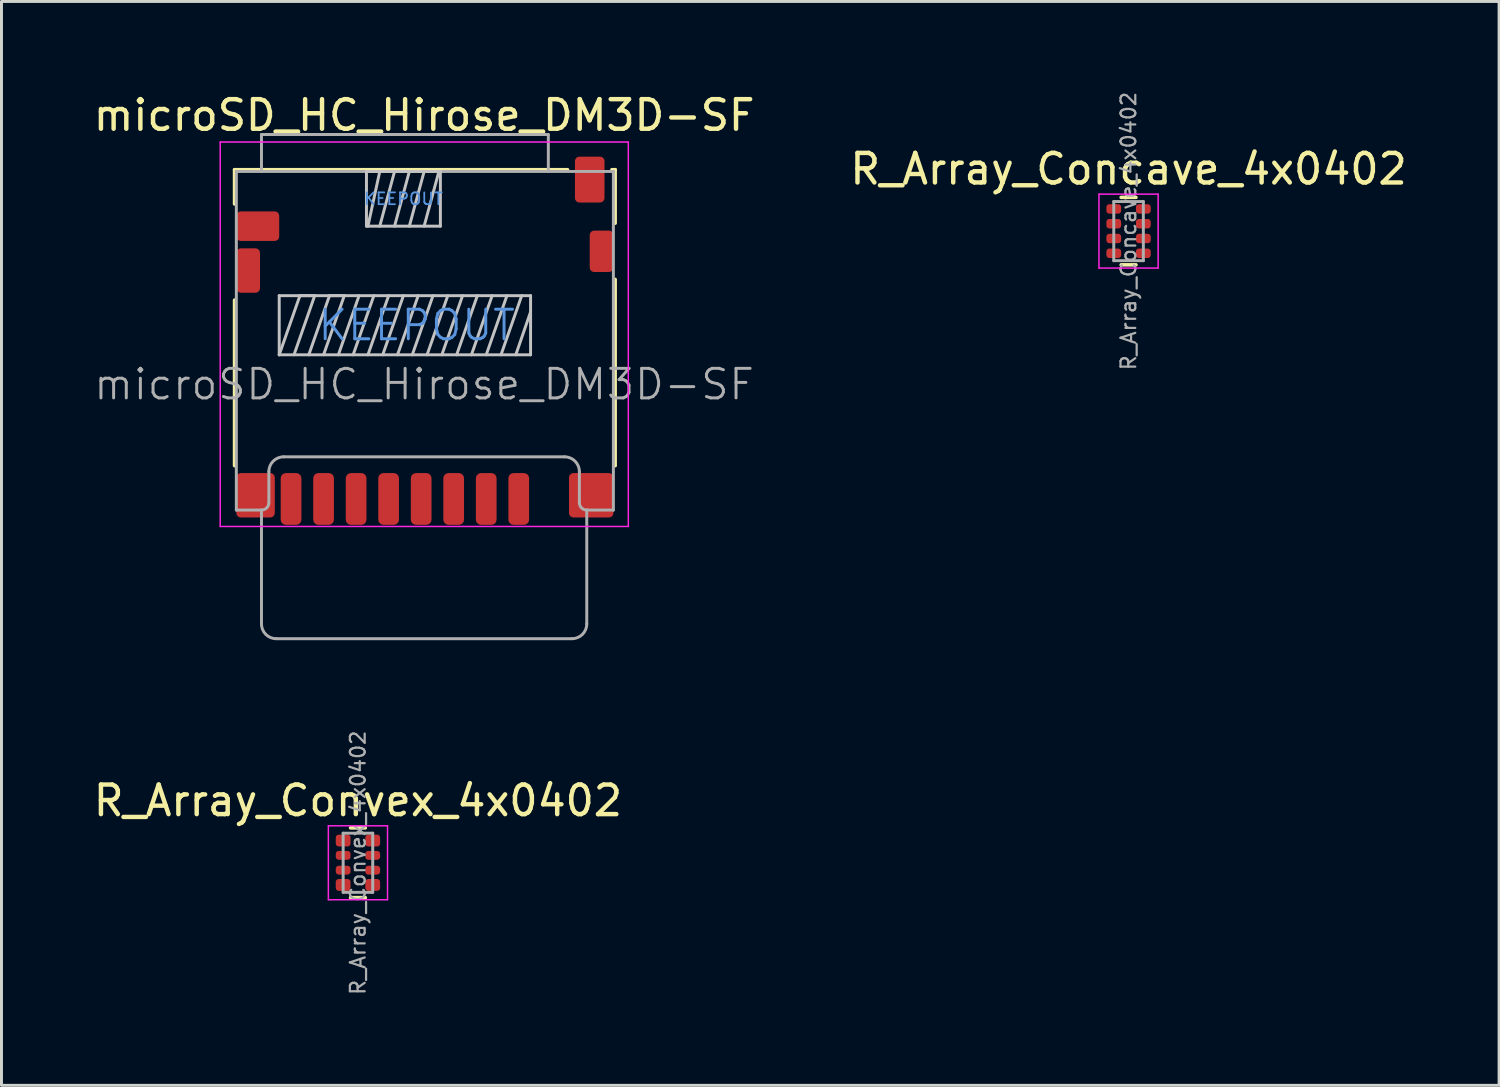
<source format=kicad_pcb>
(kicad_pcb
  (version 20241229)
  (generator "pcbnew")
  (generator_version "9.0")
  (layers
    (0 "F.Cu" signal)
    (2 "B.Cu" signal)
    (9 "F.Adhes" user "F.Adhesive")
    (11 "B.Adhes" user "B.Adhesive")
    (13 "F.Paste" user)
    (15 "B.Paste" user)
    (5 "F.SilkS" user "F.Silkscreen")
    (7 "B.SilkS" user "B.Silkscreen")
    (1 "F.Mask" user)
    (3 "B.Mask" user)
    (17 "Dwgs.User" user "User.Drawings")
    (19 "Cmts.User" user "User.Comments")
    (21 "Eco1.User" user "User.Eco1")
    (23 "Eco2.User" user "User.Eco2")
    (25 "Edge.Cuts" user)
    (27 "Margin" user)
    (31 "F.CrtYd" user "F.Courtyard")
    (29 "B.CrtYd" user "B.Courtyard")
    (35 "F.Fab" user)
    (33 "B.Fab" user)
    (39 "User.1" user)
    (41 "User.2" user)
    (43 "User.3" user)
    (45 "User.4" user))
  (footprint "R_Array_Convex_4x0402"
    (layer "F.Cu")
    (at 9.054 26.125)
    (property "Reference" "R_Array_Convex_4x0402" (at 0 -2.1 0) (layer "F.SilkS") (effects (font (size 1 1) (thickness 0.15))))
    (attr smd)
    (fp_line (start 0.25 -1.18) (end -0.25 -1.18) (stroke (width 0.12) (type solid)) (layer "F.SilkS"))
    (fp_line (start 0.25 1.18) (end -0.25 1.18) (stroke (width 0.12) (type solid)) (layer "F.SilkS"))
    (fp_line (start -1 -1.25) (end -1 1.25) (stroke (width 0.05) (type solid)) (layer "F.CrtYd"))
    (fp_line (start -1 -1.25) (end 1 -1.25) (stroke (width 0.05) (type solid)) (layer "F.CrtYd"))
    (fp_line (start 1 1.25) (end -1 1.25) (stroke (width 0.05) (type solid)) (layer "F.CrtYd"))
    (fp_line (start 1 1.25) (end 1 -1.25) (stroke (width 0.05) (type solid)) (layer "F.CrtYd"))
    (fp_line (start -0.5 -1) (end 0.5 -1) (stroke (width 0.1) (type solid)) (layer "F.Fab"))
    (fp_line (start -0.5 1) (end -0.5 -1) (stroke (width 0.1) (type solid)) (layer "F.Fab"))
    (fp_line (start 0.5 -1) (end 0.5 1) (stroke (width 0.1) (type solid)) (layer "F.Fab"))
    (fp_line (start 0.5 1) (end -0.5 1) (stroke (width 0.1) (type solid)) (layer "F.Fab"))
    (fp_text user "${REFERENCE}" (at 0 0 90) (layer "F.Fab") (effects (font (size 0.5 0.5) (thickness 0.075))))
    (pad "1" smd roundrect (at -0.5 -0.75) (size 0.5 0.4) (layers "F.Cu" "F.Mask" "F.Paste") (roundrect_rratio 0.25))
    (pad "2" smd roundrect (at -0.5 -0.25) (size 0.5 0.3) (layers "F.Cu" "F.Mask" "F.Paste") (roundrect_rratio 0.333))
    (pad "3" smd roundrect (at -0.5 0.25) (size 0.5 0.3) (layers "F.Cu" "F.Mask" "F.Paste") (roundrect_rratio 0.333))
    (pad "4" smd roundrect (at -0.5 0.75) (size 0.5 0.4) (layers "F.Cu" "F.Mask" "F.Paste") (roundrect_rratio 0.25))
    (pad "5" smd roundrect (at 0.5 0.75) (size 0.5 0.4) (layers "F.Cu" "F.Mask" "F.Paste") (roundrect_rratio 0.25))
    (pad "6" smd roundrect (at 0.5 0.25) (size 0.5 0.3) (layers "F.Cu" "F.Mask" "F.Paste") (roundrect_rratio 0.333))
    (pad "7" smd roundrect (at 0.5 -0.25) (size 0.5 0.3) (layers "F.Cu" "F.Mask" "F.Paste") (roundrect_rratio 0.333))
    (pad "8" smd roundrect (at 0.5 -0.75) (size 0.5 0.4) (layers "F.Cu" "F.Mask" "F.Paste") (roundrect_rratio 0.25)))
  (footprint "microSD_HC_Hirose_DM3D-SF"
    (layer "F.Cu")
    (at 11.317 8.473)
    (property "Reference" "microSD_HC_Hirose_DM3D-SF" (at -0.025 -7.625 0) (layer "F.SilkS") (effects (font (size 1 1) (thickness 0.15))))
    (attr smd)
    (fp_line (start -6.435 -5.785) (end 4.825 -5.785) (stroke (width 0.12) (type solid)) (layer "F.SilkS"))
    (fp_line (start -6.435 -4.625) (end -6.435 -5.785) (stroke (width 0.12) (type solid)) (layer "F.SilkS"))
    (fp_line (start -6.435 -1.375) (end -6.435 4.225) (stroke (width 0.12) (type solid)) (layer "F.SilkS"))
    (fp_line (start 6.325 -5.785) (end 6.435 -5.785) (stroke (width 0.12) (type solid)) (layer "F.SilkS"))
    (fp_line (start 6.435 -5.785) (end 6.435 -3.975) (stroke (width 0.12) (type solid)) (layer "F.SilkS"))
    (fp_line (start 6.435 -2.075) (end 6.435 4.225) (stroke (width 0.12) (type solid)) (layer "F.SilkS"))
    (fp_line (start -4.925 -1.525) (end -4.925 0.475) (stroke (width 0.1) (type solid)) (layer "Dwgs.User"))
    (fp_line (start -4.925 -1.525) (end 3.575 -1.525) (stroke (width 0.1) (type solid)) (layer "Dwgs.User"))
    (fp_line (start -4.925 0.475) (end -4.225 -1.525) (stroke (width 0.1) (type solid)) (layer "Dwgs.User"))
    (fp_line (start -4.925 0.475) (end 3.575 0.475) (stroke (width 0.1) (type solid)) (layer "Dwgs.User"))
    (fp_line (start -4.425 0.475) (end -3.725 -1.525) (stroke (width 0.1) (type solid)) (layer "Dwgs.User"))
    (fp_line (start -4.225 -1.525) (end -3.725 -1.525) (stroke (width 0.1) (type solid)) (layer "Dwgs.User"))
    (fp_line (start -3.925 0.475) (end -3.225 -1.525) (stroke (width 0.1) (type solid)) (layer "Dwgs.User"))
    (fp_line (start -3.425 0.475) (end -2.725 -1.525) (stroke (width 0.1) (type solid)) (layer "Dwgs.User"))
    (fp_line (start -3.225 -1.525) (end -2.725 -1.525) (stroke (width 0.1) (type solid)) (layer "Dwgs.User"))
    (fp_line (start -2.925 0.475) (end -2.225 -1.525) (stroke (width 0.1) (type solid)) (layer "Dwgs.User"))
    (fp_line (start -2.425 0.475) (end -1.725 -1.525) (stroke (width 0.1) (type solid)) (layer "Dwgs.User"))
    (fp_line (start -1.975 -5.725) (end -1.975 -3.875) (stroke (width 0.1) (type solid)) (layer "Dwgs.User"))
    (fp_line (start -1.925 -3.875) (end -1.525 -5.725) (stroke (width 0.1) (type solid)) (layer "Dwgs.User"))
    (fp_line (start -1.925 0.475) (end -1.225 -1.525) (stroke (width 0.1) (type solid)) (layer "Dwgs.User"))
    (fp_line (start -1.425 0.475) (end -0.725 -1.525) (stroke (width 0.1) (type solid)) (layer "Dwgs.User"))
    (fp_line (start -1.025 -5.725) (end -1.525 -3.875) (stroke (width 0.1) (type solid)) (layer "Dwgs.User"))
    (fp_line (start -1.025 -3.875) (end -0.525 -5.725) (stroke (width 0.1) (type solid)) (layer "Dwgs.User"))
    (fp_line (start -0.925 0.475) (end -0.225 -1.525) (stroke (width 0.1) (type solid)) (layer "Dwgs.User"))
    (fp_line (start -0.425 0.475) (end 0.275 -1.525) (stroke (width 0.1) (type solid)) (layer "Dwgs.User"))
    (fp_line (start -0.025 -5.725) (end -0.525 -3.875) (stroke (width 0.1) (type solid)) (layer "Dwgs.User"))
    (fp_line (start -0.025 -3.875) (end 0.475 -5.725) (stroke (width 0.1) (type solid)) (layer "Dwgs.User"))
    (fp_line (start 0.075 0.475) (end 0.775 -1.525) (stroke (width 0.1) (type solid)) (layer "Dwgs.User"))
    (fp_line (start 0.525 -5.725) (end -1.975 -5.725) (stroke (width 0.1) (type solid)) (layer "Dwgs.User"))
    (fp_line (start 0.525 -3.875) (end -1.975 -3.875) (stroke (width 0.1) (type solid)) (layer "Dwgs.User"))
    (fp_line (start 0.525 -3.875) (end 0.525 -5.725) (stroke (width 0.1) (type solid)) (layer "Dwgs.User"))
    (fp_line (start 0.575 0.475) (end 1.275 -1.525) (stroke (width 0.1) (type solid)) (layer "Dwgs.User"))
    (fp_line (start 1.075 0.475) (end 1.775 -1.525) (stroke (width 0.1) (type solid)) (layer "Dwgs.User"))
    (fp_line (start 1.575 0.475) (end 2.275 -1.525) (stroke (width 0.1) (type solid)) (layer "Dwgs.User"))
    (fp_line (start 2.075 0.475) (end 2.775 -1.525) (stroke (width 0.1) (type solid)) (layer "Dwgs.User"))
    (fp_line (start 2.575 0.475) (end 3.275 -1.525) (stroke (width 0.1) (type solid)) (layer "Dwgs.User"))
    (fp_line (start 3.075 0.475) (end 3.575 -0.975) (stroke (width 0.1) (type solid)) (layer "Dwgs.User"))
    (fp_line (start 3.575 0.475) (end 3.575 -1.525) (stroke (width 0.1) (type solid)) (layer "Dwgs.User"))
    (fp_line (start -6.92 -6.72) (end 6.88 -6.72) (stroke (width 0.05) (type solid)) (layer "F.CrtYd"))
    (fp_line (start -6.92 6.28) (end -6.92 -6.72) (stroke (width 0.05) (type solid)) (layer "F.CrtYd"))
    (fp_line (start 6.88 -6.72) (end 6.88 6.28) (stroke (width 0.05) (type solid)) (layer "F.CrtYd"))
    (fp_line (start 6.88 6.28) (end -6.92 6.28) (stroke (width 0.05) (type solid)) (layer "F.CrtYd"))
    (fp_line (start -6.375 -5.725) (end 6.375 -5.725) (stroke (width 0.1) (type solid)) (layer "F.Fab"))
    (fp_line (start -6.375 5.725) (end -6.375 -5.725) (stroke (width 0.1) (type solid)) (layer "F.Fab"))
    (fp_line (start -6.375 5.725) (end -5.525 5.725) (stroke (width 0.1) (type solid)) (layer "F.Fab"))
    (fp_line (start -5.525 -6.975) (end 4.175 -6.975) (stroke (width 0.1) (type solid)) (layer "F.Fab"))
    (fp_line (start -5.525 -5.725) (end -5.525 -6.975) (stroke (width 0.1) (type solid)) (layer "F.Fab"))
    (fp_line (start -5.525 5.725) (end -5.525 9.575) (stroke (width 0.1) (type solid)) (layer "F.Fab"))
    (fp_line (start -5.275 5.475) (end -5.275 4.425) (stroke (width 0.1) (type solid)) (layer "F.Fab"))
    (fp_line (start -5.025 10.075) (end 4.975 10.075) (stroke (width 0.1) (type solid)) (layer "F.Fab"))
    (fp_line (start -4.775 3.925) (end 4.725 3.925) (stroke (width 0.1) (type solid)) (layer "F.Fab"))
    (fp_line (start 4.175 -5.725) (end 4.175 -6.975) (stroke (width 0.1) (type solid)) (layer "F.Fab"))
    (fp_line (start 5.225 5.475) (end 5.225 4.425) (stroke (width 0.1) (type solid)) (layer "F.Fab"))
    (fp_line (start 5.475 5.725) (end 6.375 5.725) (stroke (width 0.1) (type solid)) (layer "F.Fab"))
    (fp_line (start 5.475 9.575) (end 5.475 5.725) (stroke (width 0.1) (type solid)) (layer "F.Fab"))
    (fp_line (start 6.375 5.725) (end 6.375 -5.725) (stroke (width 0.1) (type solid)) (layer "F.Fab"))
    (fp_arc (start -5.275 4.425) (mid -5.128553 4.071447) (end -4.775 3.925) (stroke (width 0.1) (type solid)) (layer "F.Fab"))
    (fp_arc (start -5.275 5.475) (mid -5.348223 5.651777) (end -5.525 5.725) (stroke (width 0.1) (type solid)) (layer "F.Fab"))
    (fp_arc (start -5.025 10.075) (mid -5.378553 9.928553) (end -5.525 9.575) (stroke (width 0.1) (type solid)) (layer "F.Fab"))
    (fp_arc (start 4.725 3.925) (mid 5.078553 4.071447) (end 5.225 4.425) (stroke (width 0.1) (type solid)) (layer "F.Fab"))
    (fp_arc (start 5.475 5.725) (mid 5.298223 5.651777) (end 5.225 5.475) (stroke (width 0.1) (type solid)) (layer "F.Fab"))
    (fp_arc (start 5.475 9.575) (mid 5.328553 9.928553) (end 4.975 10.075) (stroke (width 0.1) (type solid)) (layer "F.Fab"))
    (fp_text user "KEEPOUT" (at -0.725 -4.8 0) (layer "Cmts.User") (effects (font (size 0.4 0.4) (thickness 0.06))))
    (fp_text user "KEEPOUT" (at -0.275 -0.525 0) (layer "Cmts.User") (effects (font (size 1 1) (thickness 0.1))))
    (fp_text user "${REFERENCE}" (at -0.025 1.475 0) (layer "F.Fab") (effects (font (size 1 1) (thickness 0.1))))
    (pad "1" smd roundrect (at 3.175 5.35) (size 0.7 1.75) (layers "F.Cu" "F.Mask" "F.Paste") (roundrect_rratio 0.25))
    (pad "2" smd roundrect (at 2.075 5.35) (size 0.7 1.75) (layers "F.Cu" "F.Mask" "F.Paste") (roundrect_rratio 0.25))
    (pad "3" smd roundrect (at 0.975 5.35) (size 0.7 1.75) (layers "F.Cu" "F.Mask" "F.Paste") (roundrect_rratio 0.25))
    (pad "4" smd roundrect (at -0.125 5.35) (size 0.7 1.75) (layers "F.Cu" "F.Mask" "F.Paste") (roundrect_rratio 0.25))
    (pad "5" smd roundrect (at -1.225 5.35) (size 0.7 1.75) (layers "F.Cu" "F.Mask" "F.Paste") (roundrect_rratio 0.25))
    (pad "6" smd roundrect (at -2.325 5.35) (size 0.7 1.75) (layers "F.Cu" "F.Mask" "F.Paste") (roundrect_rratio 0.25))
    (pad "7" smd roundrect (at -3.425 5.35) (size 0.7 1.75) (layers "F.Cu" "F.Mask" "F.Paste") (roundrect_rratio 0.25))
    (pad "8" smd roundrect (at -4.525 5.35) (size 0.7 1.75) (layers "F.Cu" "F.Mask" "F.Paste") (roundrect_rratio 0.25))
    (pad "9" smd roundrect (at -5.65 -3.875) (size 1.45 1) (layers "F.Cu" "F.Mask" "F.Paste") (roundrect_rratio 0.15))
    (pad "10" smd roundrect (at 5.575 -5.45) (size 1 1.55) (layers "F.Cu" "F.Mask" "F.Paste") (roundrect_rratio 0.15))
    (pad "11" smd roundrect (at -5.975 -2.375) (size 0.8 1.5) (layers "F.Cu" "F.Mask" "F.Paste") (roundrect_rratio 0.188))
    (pad "11" smd roundrect (at -5.725 5.225) (size 1.3 1.5) (layers "F.Cu" "F.Mask" "F.Paste") (roundrect_rratio 0.115))
    (pad "11" smd roundrect (at 5.625 5.225) (size 1.5 1.5) (layers "F.Cu" "F.Mask" "F.Paste") (roundrect_rratio 0.1))
    (pad "11" smd roundrect (at 5.975 -3.025) (size 0.8 1.4) (layers "F.Cu" "F.Mask" "F.Paste") (roundrect_rratio 0.188)))
  (footprint "R_Array_Concave_4x0402"
    (layer "F.Cu")
    (at 35.113 4.765)
    (property "Reference" "R_Array_Concave_4x0402" (at 0 -2.1 0) (layer "F.SilkS") (effects (font (size 1 1) (thickness 0.15))))
    (attr smd)
    (fp_line (start 0.25 -1.14) (end -0.25 -1.14) (stroke (width 0.12) (type solid)) (layer "F.SilkS"))
    (fp_line (start 0.25 1.14) (end -0.25 1.14) (stroke (width 0.12) (type solid)) (layer "F.SilkS"))
    (fp_line (start -1 -1.25) (end -1 1.25) (stroke (width 0.05) (type solid)) (layer "F.CrtYd"))
    (fp_line (start -1 -1.25) (end 1 -1.25) (stroke (width 0.05) (type solid)) (layer "F.CrtYd"))
    (fp_line (start 1 1.25) (end -1 1.25) (stroke (width 0.05) (type solid)) (layer "F.CrtYd"))
    (fp_line (start 1 1.25) (end 1 -1.25) (stroke (width 0.05) (type solid)) (layer "F.CrtYd"))
    (fp_line (start -0.5 -1) (end 0.5 -1) (stroke (width 0.1) (type solid)) (layer "F.Fab"))
    (fp_line (start -0.5 1) (end -0.5 -1) (stroke (width 0.1) (type solid)) (layer "F.Fab"))
    (fp_line (start 0.5 -1) (end 0.5 1) (stroke (width 0.1) (type solid)) (layer "F.Fab"))
    (fp_line (start 0.5 1) (end -0.5 1) (stroke (width 0.1) (type solid)) (layer "F.Fab"))
    (fp_text user "${REFERENCE}" (at 0 0 90) (layer "F.Fab") (effects (font (size 0.5 0.5) (thickness 0.075))))
    (pad "1" smd roundrect (at -0.5 -0.75) (size 0.5 0.32) (layers "F.Cu" "F.Mask" "F.Paste") (roundrect_rratio 0.312))
    (pad "2" smd roundrect (at -0.5 -0.25) (size 0.5 0.32) (layers "F.Cu" "F.Mask" "F.Paste") (roundrect_rratio 0.312))
    (pad "3" smd roundrect (at -0.5 0.25) (size 0.5 0.32) (layers "F.Cu" "F.Mask" "F.Paste") (roundrect_rratio 0.312))
    (pad "4" smd roundrect (at -0.5 0.75) (size 0.5 0.32) (layers "F.Cu" "F.Mask" "F.Paste") (roundrect_rratio 0.312))
    (pad "5" smd roundrect (at 0.5 0.75) (size 0.5 0.32) (layers "F.Cu" "F.Mask" "F.Paste") (roundrect_rratio 0.312))
    (pad "6" smd roundrect (at 0.5 0.25) (size 0.5 0.32) (layers "F.Cu" "F.Mask" "F.Paste") (roundrect_rratio 0.312))
    (pad "7" smd roundrect (at 0.5 -0.25) (size 0.5 0.32) (layers "F.Cu" "F.Mask" "F.Paste") (roundrect_rratio 0.312))
    (pad "8" smd roundrect (at 0.5 -0.75) (size 0.5 0.32) (layers "F.Cu" "F.Mask" "F.Paste") (roundrect_rratio 0.312)))
  (gr_rect
    (start -3 -3)
    (end 47.643 33.652)
    (stroke (width 0.1) (type default))
    (fill no)
    (layer "Edge.Cuts")))
</source>
